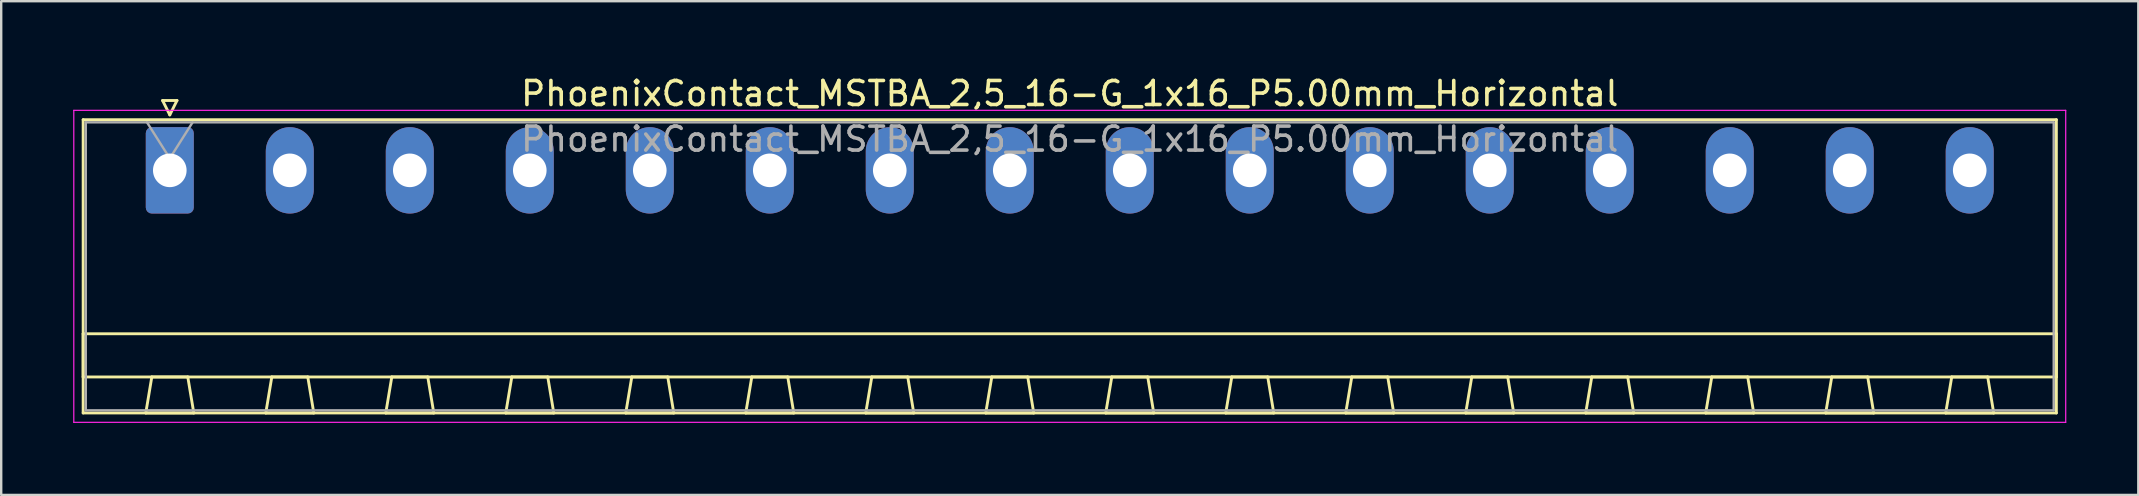
<source format=kicad_pcb>
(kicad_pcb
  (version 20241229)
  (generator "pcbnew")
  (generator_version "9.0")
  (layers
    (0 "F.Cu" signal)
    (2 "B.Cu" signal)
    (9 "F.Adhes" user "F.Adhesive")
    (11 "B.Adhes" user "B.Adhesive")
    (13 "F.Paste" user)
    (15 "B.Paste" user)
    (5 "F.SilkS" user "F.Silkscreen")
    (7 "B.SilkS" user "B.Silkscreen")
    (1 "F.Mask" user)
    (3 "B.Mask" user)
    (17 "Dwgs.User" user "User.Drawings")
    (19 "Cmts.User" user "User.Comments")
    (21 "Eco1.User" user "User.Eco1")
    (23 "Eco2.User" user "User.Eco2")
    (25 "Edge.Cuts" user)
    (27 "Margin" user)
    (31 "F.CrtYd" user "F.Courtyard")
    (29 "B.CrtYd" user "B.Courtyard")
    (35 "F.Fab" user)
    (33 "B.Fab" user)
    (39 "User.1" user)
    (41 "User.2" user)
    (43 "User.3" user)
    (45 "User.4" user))
  (footprint "PhoenixContact_MSTBA_2,5_16-G_1x16_P5.00mm_Horizontal"
    (layer "F.Cu")
    (at 4.025 4.048)
    (property "Reference" "PhoenixContact_MSTBA_2,5_16-G_1x16_P5.00mm_Horizontal" (at 37.5 -3.2 0) (layer "F.SilkS") (effects (font (size 1 1) (thickness 0.15))))
    (attr through_hole)
    (fp_line (start -3.61 -2.11) (end -3.61 10.11) (stroke (width 0.12) (type solid)) (layer "F.SilkS"))
    (fp_line (start -3.61 6.81) (end 78.61 6.81) (stroke (width 0.12) (type solid)) (layer "F.SilkS"))
    (fp_line (start -3.61 8.61) (end -3.61 6.81) (stroke (width 0.12) (type solid)) (layer "F.SilkS"))
    (fp_line (start -3.61 10.11) (end 78.61 10.11) (stroke (width 0.12) (type solid)) (layer "F.SilkS"))
    (fp_line (start -1 10.11) (end 1 10.11) (stroke (width 0.12) (type solid)) (layer "F.SilkS"))
    (fp_line (start -0.75 8.61) (end -1 10.11) (stroke (width 0.12) (type solid)) (layer "F.SilkS"))
    (fp_line (start -0.3 -2.91) (end 0.3 -2.91) (stroke (width 0.12) (type solid)) (layer "F.SilkS"))
    (fp_line (start 0 -2.31) (end -0.3 -2.91) (stroke (width 0.12) (type solid)) (layer "F.SilkS"))
    (fp_line (start 0.3 -2.91) (end 0 -2.31) (stroke (width 0.12) (type solid)) (layer "F.SilkS"))
    (fp_line (start 0.75 8.61) (end -0.75 8.61) (stroke (width 0.12) (type solid)) (layer "F.SilkS"))
    (fp_line (start 1 10.11) (end 0.75 8.61) (stroke (width 0.12) (type solid)) (layer "F.SilkS"))
    (fp_line (start 4 10.11) (end 6 10.11) (stroke (width 0.12) (type solid)) (layer "F.SilkS"))
    (fp_line (start 4.25 8.61) (end 4 10.11) (stroke (width 0.12) (type solid)) (layer "F.SilkS"))
    (fp_line (start 5.75 8.61) (end 4.25 8.61) (stroke (width 0.12) (type solid)) (layer "F.SilkS"))
    (fp_line (start 6 10.11) (end 5.75 8.61) (stroke (width 0.12) (type solid)) (layer "F.SilkS"))
    (fp_line (start 9 10.11) (end 11 10.11) (stroke (width 0.12) (type solid)) (layer "F.SilkS"))
    (fp_line (start 9.25 8.61) (end 9 10.11) (stroke (width 0.12) (type solid)) (layer "F.SilkS"))
    (fp_line (start 10.75 8.61) (end 9.25 8.61) (stroke (width 0.12) (type solid)) (layer "F.SilkS"))
    (fp_line (start 11 10.11) (end 10.75 8.61) (stroke (width 0.12) (type solid)) (layer "F.SilkS"))
    (fp_line (start 14 10.11) (end 16 10.11) (stroke (width 0.12) (type solid)) (layer "F.SilkS"))
    (fp_line (start 14.25 8.61) (end 14 10.11) (stroke (width 0.12) (type solid)) (layer "F.SilkS"))
    (fp_line (start 15.75 8.61) (end 14.25 8.61) (stroke (width 0.12) (type solid)) (layer "F.SilkS"))
    (fp_line (start 16 10.11) (end 15.75 8.61) (stroke (width 0.12) (type solid)) (layer "F.SilkS"))
    (fp_line (start 19 10.11) (end 21 10.11) (stroke (width 0.12) (type solid)) (layer "F.SilkS"))
    (fp_line (start 19.25 8.61) (end 19 10.11) (stroke (width 0.12) (type solid)) (layer "F.SilkS"))
    (fp_line (start 20.75 8.61) (end 19.25 8.61) (stroke (width 0.12) (type solid)) (layer "F.SilkS"))
    (fp_line (start 21 10.11) (end 20.75 8.61) (stroke (width 0.12) (type solid)) (layer "F.SilkS"))
    (fp_line (start 24 10.11) (end 26 10.11) (stroke (width 0.12) (type solid)) (layer "F.SilkS"))
    (fp_line (start 24.25 8.61) (end 24 10.11) (stroke (width 0.12) (type solid)) (layer "F.SilkS"))
    (fp_line (start 25.75 8.61) (end 24.25 8.61) (stroke (width 0.12) (type solid)) (layer "F.SilkS"))
    (fp_line (start 26 10.11) (end 25.75 8.61) (stroke (width 0.12) (type solid)) (layer "F.SilkS"))
    (fp_line (start 29 10.11) (end 31 10.11) (stroke (width 0.12) (type solid)) (layer "F.SilkS"))
    (fp_line (start 29.25 8.61) (end 29 10.11) (stroke (width 0.12) (type solid)) (layer "F.SilkS"))
    (fp_line (start 30.75 8.61) (end 29.25 8.61) (stroke (width 0.12) (type solid)) (layer "F.SilkS"))
    (fp_line (start 31 10.11) (end 30.75 8.61) (stroke (width 0.12) (type solid)) (layer "F.SilkS"))
    (fp_line (start 34 10.11) (end 36 10.11) (stroke (width 0.12) (type solid)) (layer "F.SilkS"))
    (fp_line (start 34.25 8.61) (end 34 10.11) (stroke (width 0.12) (type solid)) (layer "F.SilkS"))
    (fp_line (start 35.75 8.61) (end 34.25 8.61) (stroke (width 0.12) (type solid)) (layer "F.SilkS"))
    (fp_line (start 36 10.11) (end 35.75 8.61) (stroke (width 0.12) (type solid)) (layer "F.SilkS"))
    (fp_line (start 39 10.11) (end 41 10.11) (stroke (width 0.12) (type solid)) (layer "F.SilkS"))
    (fp_line (start 39.25 8.61) (end 39 10.11) (stroke (width 0.12) (type solid)) (layer "F.SilkS"))
    (fp_line (start 40.75 8.61) (end 39.25 8.61) (stroke (width 0.12) (type solid)) (layer "F.SilkS"))
    (fp_line (start 41 10.11) (end 40.75 8.61) (stroke (width 0.12) (type solid)) (layer "F.SilkS"))
    (fp_line (start 44 10.11) (end 46 10.11) (stroke (width 0.12) (type solid)) (layer "F.SilkS"))
    (fp_line (start 44.25 8.61) (end 44 10.11) (stroke (width 0.12) (type solid)) (layer "F.SilkS"))
    (fp_line (start 45.75 8.61) (end 44.25 8.61) (stroke (width 0.12) (type solid)) (layer "F.SilkS"))
    (fp_line (start 46 10.11) (end 45.75 8.61) (stroke (width 0.12) (type solid)) (layer "F.SilkS"))
    (fp_line (start 49 10.11) (end 51 10.11) (stroke (width 0.12) (type solid)) (layer "F.SilkS"))
    (fp_line (start 49.25 8.61) (end 49 10.11) (stroke (width 0.12) (type solid)) (layer "F.SilkS"))
    (fp_line (start 50.75 8.61) (end 49.25 8.61) (stroke (width 0.12) (type solid)) (layer "F.SilkS"))
    (fp_line (start 51 10.11) (end 50.75 8.61) (stroke (width 0.12) (type solid)) (layer "F.SilkS"))
    (fp_line (start 54 10.11) (end 56 10.11) (stroke (width 0.12) (type solid)) (layer "F.SilkS"))
    (fp_line (start 54.25 8.61) (end 54 10.11) (stroke (width 0.12) (type solid)) (layer "F.SilkS"))
    (fp_line (start 55.75 8.61) (end 54.25 8.61) (stroke (width 0.12) (type solid)) (layer "F.SilkS"))
    (fp_line (start 56 10.11) (end 55.75 8.61) (stroke (width 0.12) (type solid)) (layer "F.SilkS"))
    (fp_line (start 59 10.11) (end 61 10.11) (stroke (width 0.12) (type solid)) (layer "F.SilkS"))
    (fp_line (start 59.25 8.61) (end 59 10.11) (stroke (width 0.12) (type solid)) (layer "F.SilkS"))
    (fp_line (start 60.75 8.61) (end 59.25 8.61) (stroke (width 0.12) (type solid)) (layer "F.SilkS"))
    (fp_line (start 61 10.11) (end 60.75 8.61) (stroke (width 0.12) (type solid)) (layer "F.SilkS"))
    (fp_line (start 64 10.11) (end 66 10.11) (stroke (width 0.12) (type solid)) (layer "F.SilkS"))
    (fp_line (start 64.25 8.61) (end 64 10.11) (stroke (width 0.12) (type solid)) (layer "F.SilkS"))
    (fp_line (start 65.75 8.61) (end 64.25 8.61) (stroke (width 0.12) (type solid)) (layer "F.SilkS"))
    (fp_line (start 66 10.11) (end 65.75 8.61) (stroke (width 0.12) (type solid)) (layer "F.SilkS"))
    (fp_line (start 69 10.11) (end 71 10.11) (stroke (width 0.12) (type solid)) (layer "F.SilkS"))
    (fp_line (start 69.25 8.61) (end 69 10.11) (stroke (width 0.12) (type solid)) (layer "F.SilkS"))
    (fp_line (start 70.75 8.61) (end 69.25 8.61) (stroke (width 0.12) (type solid)) (layer "F.SilkS"))
    (fp_line (start 71 10.11) (end 70.75 8.61) (stroke (width 0.12) (type solid)) (layer "F.SilkS"))
    (fp_line (start 74 10.11) (end 76 10.11) (stroke (width 0.12) (type solid)) (layer "F.SilkS"))
    (fp_line (start 74.25 8.61) (end 74 10.11) (stroke (width 0.12) (type solid)) (layer "F.SilkS"))
    (fp_line (start 75.75 8.61) (end 74.25 8.61) (stroke (width 0.12) (type solid)) (layer "F.SilkS"))
    (fp_line (start 76 10.11) (end 75.75 8.61) (stroke (width 0.12) (type solid)) (layer "F.SilkS"))
    (fp_line (start 78.61 -2.11) (end -3.61 -2.11) (stroke (width 0.12) (type solid)) (layer "F.SilkS"))
    (fp_line (start 78.61 6.81) (end 78.61 8.61) (stroke (width 0.12) (type solid)) (layer "F.SilkS"))
    (fp_line (start 78.61 8.61) (end -3.61 8.61) (stroke (width 0.12) (type solid)) (layer "F.SilkS"))
    (fp_line (start 78.61 10.11) (end 78.61 -2.11) (stroke (width 0.12) (type solid)) (layer "F.SilkS"))
    (fp_line (start -4 -2.5) (end -4 10.5) (stroke (width 0.05) (type solid)) (layer "F.CrtYd"))
    (fp_line (start -4 10.5) (end 79 10.5) (stroke (width 0.05) (type solid)) (layer "F.CrtYd"))
    (fp_line (start 79 -2.5) (end -4 -2.5) (stroke (width 0.05) (type solid)) (layer "F.CrtYd"))
    (fp_line (start 79 10.5) (end 79 -2.5) (stroke (width 0.05) (type solid)) (layer "F.CrtYd"))
    (fp_line (start -3.5 -2) (end -3.5 10) (stroke (width 0.1) (type solid)) (layer "F.Fab"))
    (fp_line (start -3.5 10) (end 78.5 10) (stroke (width 0.1) (type solid)) (layer "F.Fab"))
    (fp_line (start 0 -0.5) (end -0.95 -2) (stroke (width 0.1) (type solid)) (layer "F.Fab"))
    (fp_line (start 0.95 -2) (end 0 -0.5) (stroke (width 0.1) (type solid)) (layer "F.Fab"))
    (fp_line (start 78.5 -2) (end -3.5 -2) (stroke (width 0.1) (type solid)) (layer "F.Fab"))
    (fp_line (start 78.5 10) (end 78.5 -2) (stroke (width 0.1) (type solid)) (layer "F.Fab"))
    (fp_text user "${REFERENCE}" (at 37.5 -1.3 0) (layer "F.Fab") (effects (font (size 1 1) (thickness 0.15))))
    (pad "1" thru_hole roundrect (at 0 0) (size 2 3.6) (drill 1.4) (layers "*.Cu" "*.Mask") (roundrect_rratio 0.125))
    (pad "2" thru_hole oval (at 5 0) (size 2 3.6) (drill 1.4) (layers "*.Cu" "*.Mask"))
    (pad "3" thru_hole oval (at 10 0) (size 2 3.6) (drill 1.4) (layers "*.Cu" "*.Mask"))
    (pad "4" thru_hole oval (at 15 0) (size 2 3.6) (drill 1.4) (layers "*.Cu" "*.Mask"))
    (pad "5" thru_hole oval (at 20 0) (size 2 3.6) (drill 1.4) (layers "*.Cu" "*.Mask"))
    (pad "6" thru_hole oval (at 25 0) (size 2 3.6) (drill 1.4) (layers "*.Cu" "*.Mask"))
    (pad "7" thru_hole oval (at 30 0) (size 2 3.6) (drill 1.4) (layers "*.Cu" "*.Mask"))
    (pad "8" thru_hole oval (at 35 0) (size 2 3.6) (drill 1.4) (layers "*.Cu" "*.Mask"))
    (pad "9" thru_hole oval (at 40 0) (size 2 3.6) (drill 1.4) (layers "*.Cu" "*.Mask"))
    (pad "10" thru_hole oval (at 45 0) (size 2 3.6) (drill 1.4) (layers "*.Cu" "*.Mask"))
    (pad "11" thru_hole oval (at 50 0) (size 2 3.6) (drill 1.4) (layers "*.Cu" "*.Mask"))
    (pad "12" thru_hole oval (at 55 0) (size 2 3.6) (drill 1.4) (layers "*.Cu" "*.Mask"))
    (pad "13" thru_hole oval (at 60 0) (size 2 3.6) (drill 1.4) (layers "*.Cu" "*.Mask"))
    (pad "14" thru_hole oval (at 65 0) (size 2 3.6) (drill 1.4) (layers "*.Cu" "*.Mask"))
    (pad "15" thru_hole oval (at 70 0) (size 2 3.6) (drill 1.4) (layers "*.Cu" "*.Mask"))
    (pad "16" thru_hole oval (at 75 0) (size 2 3.6) (drill 1.4) (layers "*.Cu" "*.Mask")))
  (gr_rect
    (start -3 -3)
    (end 86.05 17.573)
    (stroke (width 0.1) (type default))
    (fill no)
    (layer "Edge.Cuts")))
</source>
